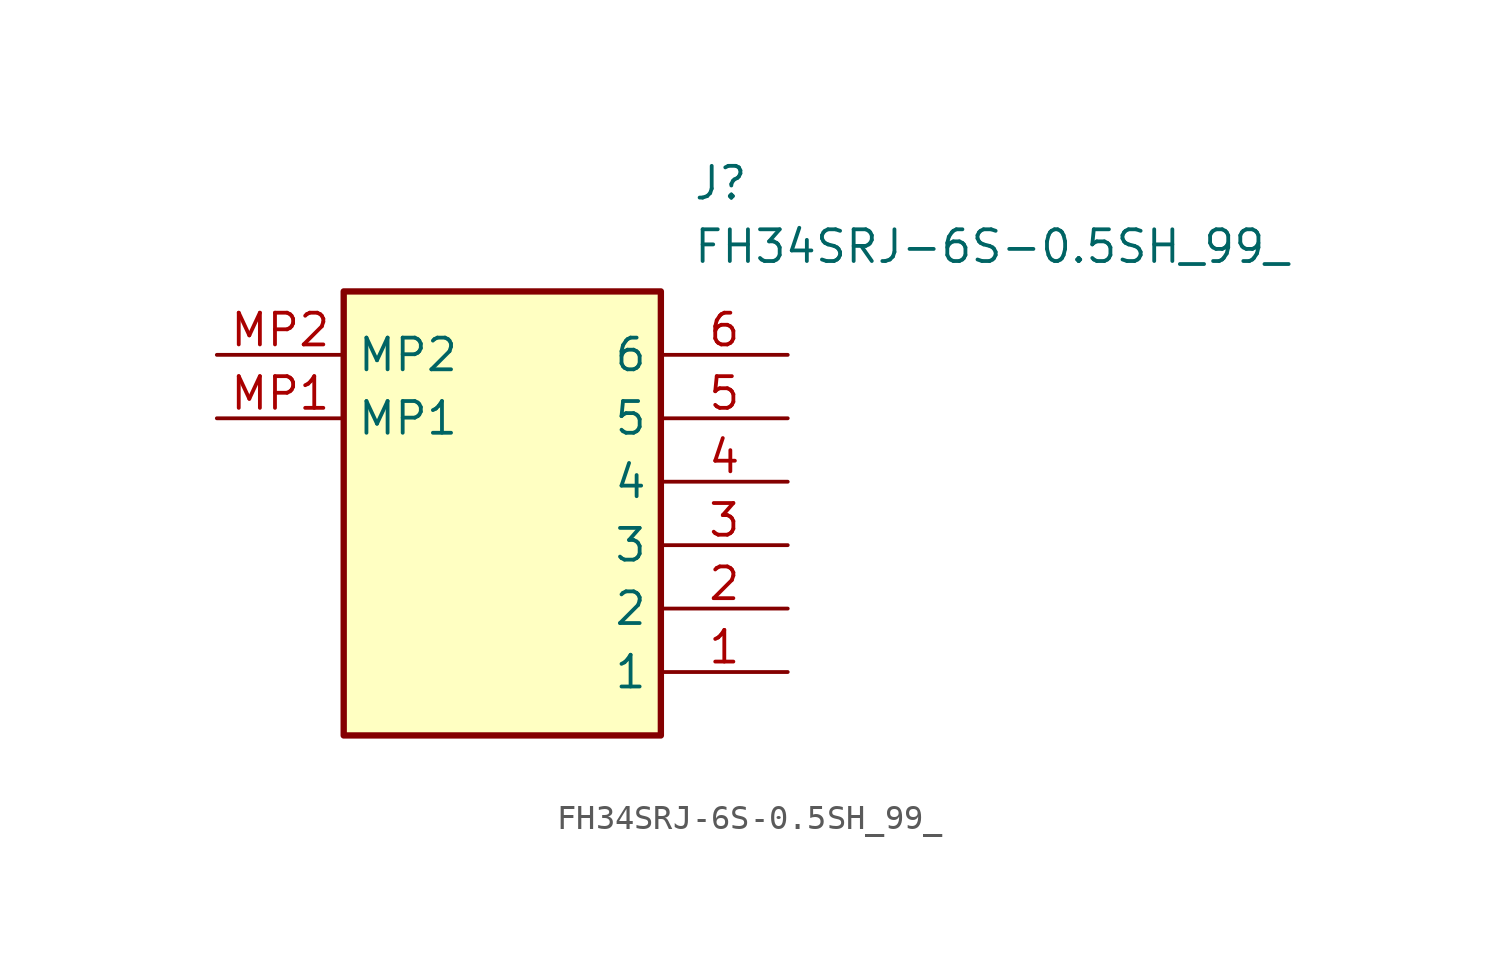
<source format=kicad_sym>
(kicad_symbol_lib
  (version 20211014)
  (generator SamacSys_ECAD_Model)
  (symbol "FH34SRJ-6S-0.5SH_99_"
    (property "Reference" "J"
      (at 19.05 7.62 0)
      (effects (font (size 1.27 1.27)) (justify left top)))
    (property "Value" "FH34SRJ-6S-0.5SH_99_"
      (at 19.05 5.08 0)
      (effects (font (size 1.27 1.27)) (justify left top)))
    (rectangle
      (start 5.08 2.54)
      (end 17.78 -15.24)
      (stroke (width 0.254) (type default))
      (fill (type background)))
    (pin passive line
      (at 22.86 -12.7 180)
      (length 5.08)
      (name "1" (effects (font (size 1.27 1.27))))
      (number "1" (effects (font (size 1.27 1.27)))))
    (pin passive line
      (at 22.86 -10.16 180)
      (length 5.08)
      (name "2" (effects (font (size 1.27 1.27))))
      (number "2" (effects (font (size 1.27 1.27)))))
    (pin passive line
      (at 22.86 -7.62 180)
      (length 5.08)
      (name "3" (effects (font (size 1.27 1.27))))
      (number "3" (effects (font (size 1.27 1.27)))))
    (pin passive line
      (at 22.86 -5.08 180)
      (length 5.08)
      (name "4" (effects (font (size 1.27 1.27))))
      (number "4" (effects (font (size 1.27 1.27)))))
    (pin passive line
      (at 22.86 -2.54 180)
      (length 5.08)
      (name "5" (effects (font (size 1.27 1.27))))
      (number "5" (effects (font (size 1.27 1.27)))))
    (pin passive line
      (at 22.86 0 180)
      (length 5.08)
      (name "6" (effects (font (size 1.27 1.27))))
      (number "6" (effects (font (size 1.27 1.27)))))
    (pin passive line
      (at 0 -2.54 0)
      (length 5.08)
      (name "MP1" (effects (font (size 1.27 1.27))))
      (number "MP1" (effects (font (size 1.27 1.27)))))
    (pin passive line
      (at 0 0 0)
      (length 5.08)
      (name "MP2" (effects (font (size 1.27 1.27))))
      (number "MP2" (effects (font (size 1.27 1.27)))))))
</source>
